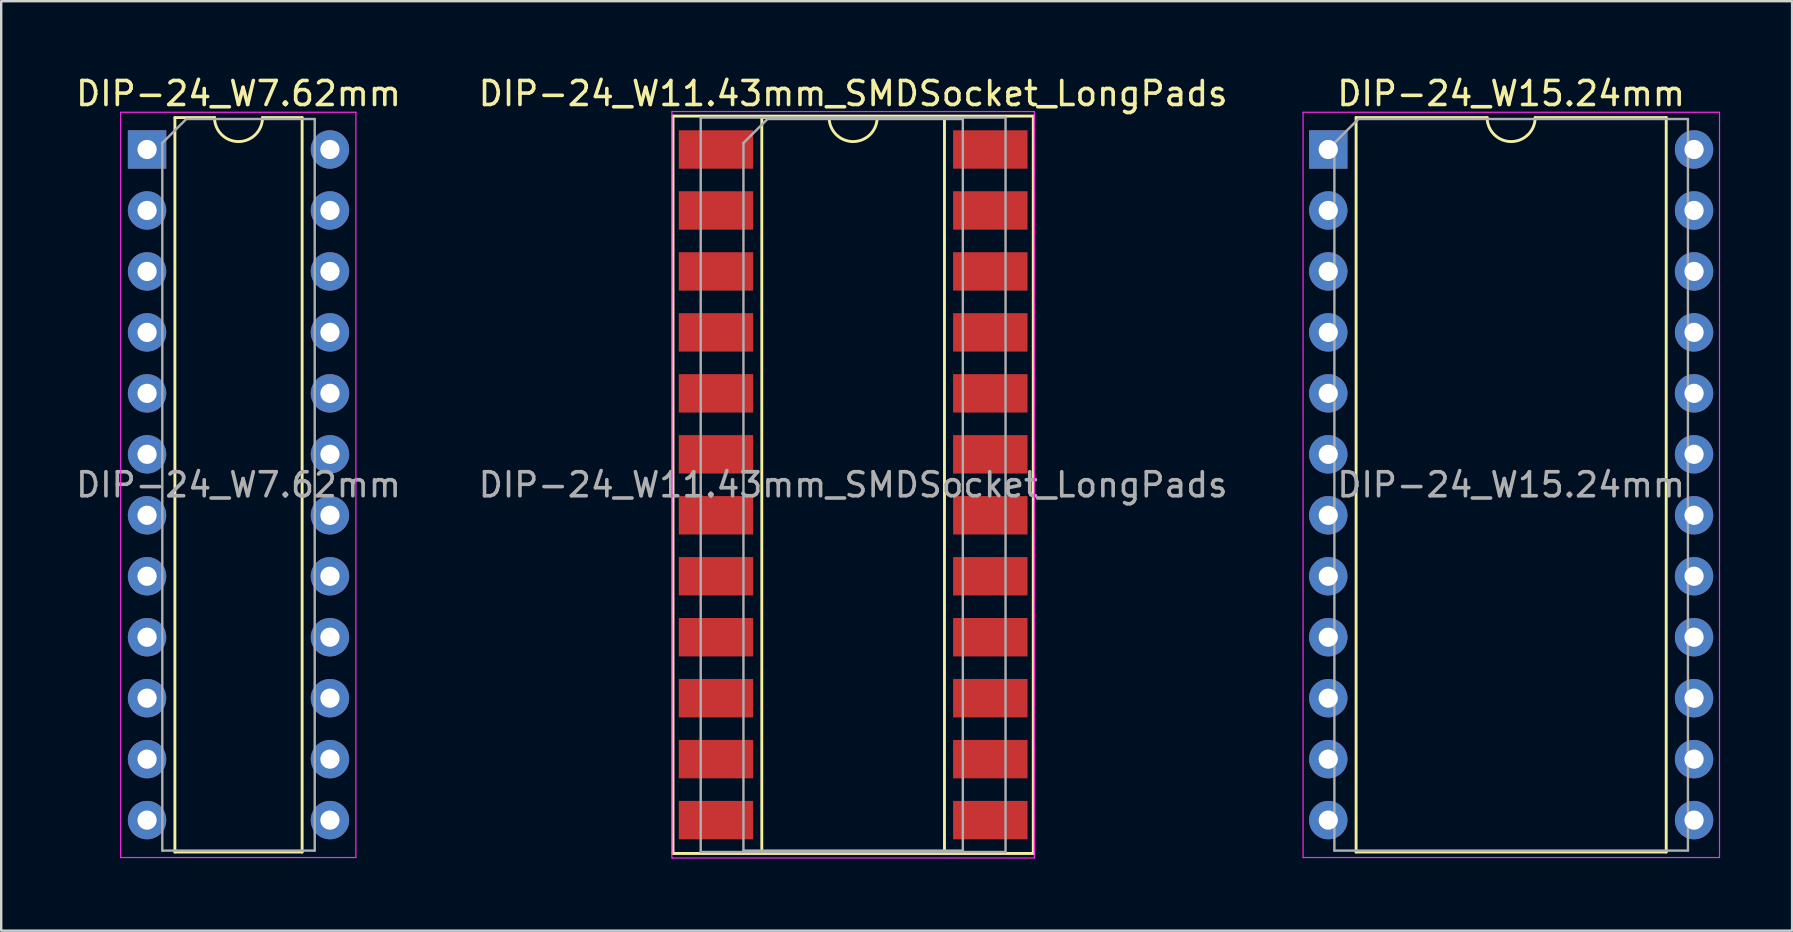
<source format=kicad_pcb>
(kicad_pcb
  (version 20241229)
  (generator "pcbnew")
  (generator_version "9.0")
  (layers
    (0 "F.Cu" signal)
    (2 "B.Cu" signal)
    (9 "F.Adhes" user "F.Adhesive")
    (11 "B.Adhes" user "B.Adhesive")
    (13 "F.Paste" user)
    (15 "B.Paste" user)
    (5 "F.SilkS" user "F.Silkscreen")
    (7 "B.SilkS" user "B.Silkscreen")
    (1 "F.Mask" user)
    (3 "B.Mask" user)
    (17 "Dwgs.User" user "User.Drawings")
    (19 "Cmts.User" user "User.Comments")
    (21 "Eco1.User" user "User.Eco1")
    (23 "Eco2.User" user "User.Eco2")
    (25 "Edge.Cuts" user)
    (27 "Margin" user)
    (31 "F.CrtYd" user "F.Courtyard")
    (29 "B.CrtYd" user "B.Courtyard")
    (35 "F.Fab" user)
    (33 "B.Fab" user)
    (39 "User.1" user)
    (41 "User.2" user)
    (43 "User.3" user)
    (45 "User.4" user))
  (footprint "DIP-24_W11.43mm_SMDSocket_LongPads"
    (layer "F.Cu")
    (at 32.494 17.148)
    (property "Reference" "DIP-24_W11.43mm_SMDSocket_LongPads" (at 0 -16.3 0) (layer "F.SilkS") (effects (font (size 1 1) (thickness 0.15))))
    (attr smd)
    (fp_line (start -7.505 -15.36) (end -7.505 15.36) (stroke (width 0.12) (type solid)) (layer "F.SilkS"))
    (fp_line (start -7.505 15.36) (end 7.505 15.36) (stroke (width 0.12) (type solid)) (layer "F.SilkS"))
    (fp_line (start -3.805 -15.3) (end -3.805 15.3) (stroke (width 0.12) (type solid)) (layer "F.SilkS"))
    (fp_line (start -3.805 15.3) (end 3.805 15.3) (stroke (width 0.12) (type solid)) (layer "F.SilkS"))
    (fp_line (start -1 -15.3) (end -3.805 -15.3) (stroke (width 0.12) (type solid)) (layer "F.SilkS"))
    (fp_line (start 3.805 -15.3) (end 1 -15.3) (stroke (width 0.12) (type solid)) (layer "F.SilkS"))
    (fp_line (start 3.805 15.3) (end 3.805 -15.3) (stroke (width 0.12) (type solid)) (layer "F.SilkS"))
    (fp_line (start 7.505 -15.36) (end -7.505 -15.36) (stroke (width 0.12) (type solid)) (layer "F.SilkS"))
    (fp_line (start 7.505 15.36) (end 7.505 -15.36) (stroke (width 0.12) (type solid)) (layer "F.SilkS"))
    (fp_arc (start 1 -15.3) (mid 0 -14.3) (end -1 -15.3) (stroke (width 0.12) (type solid)) (layer "F.SilkS"))
    (fp_line (start -7.55 -15.55) (end -7.55 15.55) (stroke (width 0.05) (type solid)) (layer "F.CrtYd"))
    (fp_line (start -7.55 15.55) (end 7.55 15.55) (stroke (width 0.05) (type solid)) (layer "F.CrtYd"))
    (fp_line (start 7.55 -15.55) (end -7.55 -15.55) (stroke (width 0.05) (type solid)) (layer "F.CrtYd"))
    (fp_line (start 7.55 15.55) (end 7.55 -15.55) (stroke (width 0.05) (type solid)) (layer "F.CrtYd"))
    (fp_line (start -6.35 -15.3) (end -6.35 15.3) (stroke (width 0.1) (type solid)) (layer "F.Fab"))
    (fp_line (start -6.35 15.3) (end 6.35 15.3) (stroke (width 0.1) (type solid)) (layer "F.Fab"))
    (fp_line (start -4.57 -14.24) (end -3.57 -15.24) (stroke (width 0.1) (type solid)) (layer "F.Fab"))
    (fp_line (start -4.57 15.24) (end -4.57 -14.24) (stroke (width 0.1) (type solid)) (layer "F.Fab"))
    (fp_line (start -3.57 -15.24) (end 4.57 -15.24) (stroke (width 0.1) (type solid)) (layer "F.Fab"))
    (fp_line (start 4.57 -15.24) (end 4.57 15.24) (stroke (width 0.1) (type solid)) (layer "F.Fab"))
    (fp_line (start 4.57 15.24) (end -4.57 15.24) (stroke (width 0.1) (type solid)) (layer "F.Fab"))
    (fp_line (start 6.35 -15.3) (end -6.35 -15.3) (stroke (width 0.1) (type solid)) (layer "F.Fab"))
    (fp_line (start 6.35 15.3) (end 6.35 -15.3) (stroke (width 0.1) (type solid)) (layer "F.Fab"))
    (fp_text user "${REFERENCE}" (at 0 0 0) (layer "F.Fab") (effects (font (size 1 1) (thickness 0.15))))
    (pad "1" smd rect (at -5.715 -13.97) (size 3.1 1.6) (layers "F.Cu" "F.Mask" "F.Paste"))
    (pad "2" smd rect (at -5.715 -11.43) (size 3.1 1.6) (layers "F.Cu" "F.Mask" "F.Paste"))
    (pad "3" smd rect (at -5.715 -8.89) (size 3.1 1.6) (layers "F.Cu" "F.Mask" "F.Paste"))
    (pad "4" smd rect (at -5.715 -6.35) (size 3.1 1.6) (layers "F.Cu" "F.Mask" "F.Paste"))
    (pad "5" smd rect (at -5.715 -3.81) (size 3.1 1.6) (layers "F.Cu" "F.Mask" "F.Paste"))
    (pad "6" smd rect (at -5.715 -1.27) (size 3.1 1.6) (layers "F.Cu" "F.Mask" "F.Paste"))
    (pad "7" smd rect (at -5.715 1.27) (size 3.1 1.6) (layers "F.Cu" "F.Mask" "F.Paste"))
    (pad "8" smd rect (at -5.715 3.81) (size 3.1 1.6) (layers "F.Cu" "F.Mask" "F.Paste"))
    (pad "9" smd rect (at -5.715 6.35) (size 3.1 1.6) (layers "F.Cu" "F.Mask" "F.Paste"))
    (pad "10" smd rect (at -5.715 8.89) (size 3.1 1.6) (layers "F.Cu" "F.Mask" "F.Paste"))
    (pad "11" smd rect (at -5.715 11.43) (size 3.1 1.6) (layers "F.Cu" "F.Mask" "F.Paste"))
    (pad "12" smd rect (at -5.715 13.97) (size 3.1 1.6) (layers "F.Cu" "F.Mask" "F.Paste"))
    (pad "13" smd rect (at 5.715 13.97) (size 3.1 1.6) (layers "F.Cu" "F.Mask" "F.Paste"))
    (pad "14" smd rect (at 5.715 11.43) (size 3.1 1.6) (layers "F.Cu" "F.Mask" "F.Paste"))
    (pad "15" smd rect (at 5.715 8.89) (size 3.1 1.6) (layers "F.Cu" "F.Mask" "F.Paste"))
    (pad "16" smd rect (at 5.715 6.35) (size 3.1 1.6) (layers "F.Cu" "F.Mask" "F.Paste"))
    (pad "17" smd rect (at 5.715 3.81) (size 3.1 1.6) (layers "F.Cu" "F.Mask" "F.Paste"))
    (pad "18" smd rect (at 5.715 1.27) (size 3.1 1.6) (layers "F.Cu" "F.Mask" "F.Paste"))
    (pad "19" smd rect (at 5.715 -1.27) (size 3.1 1.6) (layers "F.Cu" "F.Mask" "F.Paste"))
    (pad "20" smd rect (at 5.715 -3.81) (size 3.1 1.6) (layers "F.Cu" "F.Mask" "F.Paste"))
    (pad "21" smd rect (at 5.715 -6.35) (size 3.1 1.6) (layers "F.Cu" "F.Mask" "F.Paste"))
    (pad "22" smd rect (at 5.715 -8.89) (size 3.1 1.6) (layers "F.Cu" "F.Mask" "F.Paste"))
    (pad "23" smd rect (at 5.715 -11.43) (size 3.1 1.6) (layers "F.Cu" "F.Mask" "F.Paste"))
    (pad "24" smd rect (at 5.715 -13.97) (size 3.1 1.6) (layers "F.Cu" "F.Mask" "F.Paste")))
  (footprint "DIP-24_W15.24mm"
    (layer "F.Cu")
    (at 52.289 3.178)
    (property "Reference" "DIP-24_W15.24mm" (at 7.62 -2.33 0) (layer "F.SilkS") (effects (font (size 1 1) (thickness 0.15))))
    (attr through_hole)
    (fp_line (start 1.16 -1.33) (end 1.16 29.27) (stroke (width 0.12) (type solid)) (layer "F.SilkS"))
    (fp_line (start 1.16 29.27) (end 14.08 29.27) (stroke (width 0.12) (type solid)) (layer "F.SilkS"))
    (fp_line (start 6.62 -1.33) (end 1.16 -1.33) (stroke (width 0.12) (type solid)) (layer "F.SilkS"))
    (fp_line (start 14.08 -1.33) (end 8.62 -1.33) (stroke (width 0.12) (type solid)) (layer "F.SilkS"))
    (fp_line (start 14.08 29.27) (end 14.08 -1.33) (stroke (width 0.12) (type solid)) (layer "F.SilkS"))
    (fp_arc (start 8.62 -1.33) (mid 7.62 -0.33) (end 6.62 -1.33) (stroke (width 0.12) (type solid)) (layer "F.SilkS"))
    (fp_line (start -1.05 -1.55) (end -1.05 29.5) (stroke (width 0.05) (type solid)) (layer "F.CrtYd"))
    (fp_line (start -1.05 29.5) (end 16.3 29.5) (stroke (width 0.05) (type solid)) (layer "F.CrtYd"))
    (fp_line (start 16.3 -1.55) (end -1.05 -1.55) (stroke (width 0.05) (type solid)) (layer "F.CrtYd"))
    (fp_line (start 16.3 29.5) (end 16.3 -1.55) (stroke (width 0.05) (type solid)) (layer "F.CrtYd"))
    (fp_line (start 0.255 -0.27) (end 1.255 -1.27) (stroke (width 0.1) (type solid)) (layer "F.Fab"))
    (fp_line (start 0.255 29.21) (end 0.255 -0.27) (stroke (width 0.1) (type solid)) (layer "F.Fab"))
    (fp_line (start 1.255 -1.27) (end 14.985 -1.27) (stroke (width 0.1) (type solid)) (layer "F.Fab"))
    (fp_line (start 14.985 -1.27) (end 14.985 29.21) (stroke (width 0.1) (type solid)) (layer "F.Fab"))
    (fp_line (start 14.985 29.21) (end 0.255 29.21) (stroke (width 0.1) (type solid)) (layer "F.Fab"))
    (fp_text user "${REFERENCE}" (at 7.62 13.97 0) (layer "F.Fab") (effects (font (size 1 1) (thickness 0.15))))
    (pad "1" thru_hole rect (at 0 0) (size 1.6 1.6) (drill 0.8) (layers "*.Cu" "*.Mask"))
    (pad "2" thru_hole oval (at 0 2.54) (size 1.6 1.6) (drill 0.8) (layers "*.Cu" "*.Mask"))
    (pad "3" thru_hole oval (at 0 5.08) (size 1.6 1.6) (drill 0.8) (layers "*.Cu" "*.Mask"))
    (pad "4" thru_hole oval (at 0 7.62) (size 1.6 1.6) (drill 0.8) (layers "*.Cu" "*.Mask"))
    (pad "5" thru_hole oval (at 0 10.16) (size 1.6 1.6) (drill 0.8) (layers "*.Cu" "*.Mask"))
    (pad "6" thru_hole oval (at 0 12.7) (size 1.6 1.6) (drill 0.8) (layers "*.Cu" "*.Mask"))
    (pad "7" thru_hole oval (at 0 15.24) (size 1.6 1.6) (drill 0.8) (layers "*.Cu" "*.Mask"))
    (pad "8" thru_hole oval (at 0 17.78) (size 1.6 1.6) (drill 0.8) (layers "*.Cu" "*.Mask"))
    (pad "9" thru_hole oval (at 0 20.32) (size 1.6 1.6) (drill 0.8) (layers "*.Cu" "*.Mask"))
    (pad "10" thru_hole oval (at 0 22.86) (size 1.6 1.6) (drill 0.8) (layers "*.Cu" "*.Mask"))
    (pad "11" thru_hole oval (at 0 25.4) (size 1.6 1.6) (drill 0.8) (layers "*.Cu" "*.Mask"))
    (pad "12" thru_hole oval (at 0 27.94) (size 1.6 1.6) (drill 0.8) (layers "*.Cu" "*.Mask"))
    (pad "13" thru_hole oval (at 15.24 27.94) (size 1.6 1.6) (drill 0.8) (layers "*.Cu" "*.Mask"))
    (pad "14" thru_hole oval (at 15.24 25.4) (size 1.6 1.6) (drill 0.8) (layers "*.Cu" "*.Mask"))
    (pad "15" thru_hole oval (at 15.24 22.86) (size 1.6 1.6) (drill 0.8) (layers "*.Cu" "*.Mask"))
    (pad "16" thru_hole oval (at 15.24 20.32) (size 1.6 1.6) (drill 0.8) (layers "*.Cu" "*.Mask"))
    (pad "17" thru_hole oval (at 15.24 17.78) (size 1.6 1.6) (drill 0.8) (layers "*.Cu" "*.Mask"))
    (pad "18" thru_hole oval (at 15.24 15.24) (size 1.6 1.6) (drill 0.8) (layers "*.Cu" "*.Mask"))
    (pad "19" thru_hole oval (at 15.24 12.7) (size 1.6 1.6) (drill 0.8) (layers "*.Cu" "*.Mask"))
    (pad "20" thru_hole oval (at 15.24 10.16) (size 1.6 1.6) (drill 0.8) (layers "*.Cu" "*.Mask"))
    (pad "21" thru_hole oval (at 15.24 7.62) (size 1.6 1.6) (drill 0.8) (layers "*.Cu" "*.Mask"))
    (pad "22" thru_hole oval (at 15.24 5.08) (size 1.6 1.6) (drill 0.8) (layers "*.Cu" "*.Mask"))
    (pad "23" thru_hole oval (at 15.24 2.54) (size 1.6 1.6) (drill 0.8) (layers "*.Cu" "*.Mask"))
    (pad "24" thru_hole oval (at 15.24 0) (size 1.6 1.6) (drill 0.8) (layers "*.Cu" "*.Mask")))
  (footprint "DIP-24_W7.62mm"
    (layer "F.Cu")
    (at 3.077 3.178)
    (property "Reference" "DIP-24_W7.62mm" (at 3.81 -2.33 0) (layer "F.SilkS") (effects (font (size 1 1) (thickness 0.15))))
    (attr through_hole)
    (fp_line (start 1.16 -1.33) (end 1.16 29.27) (stroke (width 0.12) (type solid)) (layer "F.SilkS"))
    (fp_line (start 1.16 29.27) (end 6.46 29.27) (stroke (width 0.12) (type solid)) (layer "F.SilkS"))
    (fp_line (start 2.81 -1.33) (end 1.16 -1.33) (stroke (width 0.12) (type solid)) (layer "F.SilkS"))
    (fp_line (start 6.46 -1.33) (end 4.81 -1.33) (stroke (width 0.12) (type solid)) (layer "F.SilkS"))
    (fp_line (start 6.46 29.27) (end 6.46 -1.33) (stroke (width 0.12) (type solid)) (layer "F.SilkS"))
    (fp_arc (start 4.81 -1.33) (mid 3.81 -0.33) (end 2.81 -1.33) (stroke (width 0.12) (type solid)) (layer "F.SilkS"))
    (fp_line (start -1.1 -1.55) (end -1.1 29.5) (stroke (width 0.05) (type solid)) (layer "F.CrtYd"))
    (fp_line (start -1.1 29.5) (end 8.7 29.5) (stroke (width 0.05) (type solid)) (layer "F.CrtYd"))
    (fp_line (start 8.7 -1.55) (end -1.1 -1.55) (stroke (width 0.05) (type solid)) (layer "F.CrtYd"))
    (fp_line (start 8.7 29.5) (end 8.7 -1.55) (stroke (width 0.05) (type solid)) (layer "F.CrtYd"))
    (fp_line (start 0.635 -0.27) (end 1.635 -1.27) (stroke (width 0.1) (type solid)) (layer "F.Fab"))
    (fp_line (start 0.635 29.21) (end 0.635 -0.27) (stroke (width 0.1) (type solid)) (layer "F.Fab"))
    (fp_line (start 1.635 -1.27) (end 6.985 -1.27) (stroke (width 0.1) (type solid)) (layer "F.Fab"))
    (fp_line (start 6.985 -1.27) (end 6.985 29.21) (stroke (width 0.1) (type solid)) (layer "F.Fab"))
    (fp_line (start 6.985 29.21) (end 0.635 29.21) (stroke (width 0.1) (type solid)) (layer "F.Fab"))
    (fp_text user "${REFERENCE}" (at 3.81 13.97 0) (layer "F.Fab") (effects (font (size 1 1) (thickness 0.15))))
    (pad "1" thru_hole rect (at 0 0) (size 1.6 1.6) (drill 0.8) (layers "*.Cu" "*.Mask"))
    (pad "2" thru_hole oval (at 0 2.54) (size 1.6 1.6) (drill 0.8) (layers "*.Cu" "*.Mask"))
    (pad "3" thru_hole oval (at 0 5.08) (size 1.6 1.6) (drill 0.8) (layers "*.Cu" "*.Mask"))
    (pad "4" thru_hole oval (at 0 7.62) (size 1.6 1.6) (drill 0.8) (layers "*.Cu" "*.Mask"))
    (pad "5" thru_hole oval (at 0 10.16) (size 1.6 1.6) (drill 0.8) (layers "*.Cu" "*.Mask"))
    (pad "6" thru_hole oval (at 0 12.7) (size 1.6 1.6) (drill 0.8) (layers "*.Cu" "*.Mask"))
    (pad "7" thru_hole oval (at 0 15.24) (size 1.6 1.6) (drill 0.8) (layers "*.Cu" "*.Mask"))
    (pad "8" thru_hole oval (at 0 17.78) (size 1.6 1.6) (drill 0.8) (layers "*.Cu" "*.Mask"))
    (pad "9" thru_hole oval (at 0 20.32) (size 1.6 1.6) (drill 0.8) (layers "*.Cu" "*.Mask"))
    (pad "10" thru_hole oval (at 0 22.86) (size 1.6 1.6) (drill 0.8) (layers "*.Cu" "*.Mask"))
    (pad "11" thru_hole oval (at 0 25.4) (size 1.6 1.6) (drill 0.8) (layers "*.Cu" "*.Mask"))
    (pad "12" thru_hole oval (at 0 27.94) (size 1.6 1.6) (drill 0.8) (layers "*.Cu" "*.Mask"))
    (pad "13" thru_hole oval (at 7.62 27.94) (size 1.6 1.6) (drill 0.8) (layers "*.Cu" "*.Mask"))
    (pad "14" thru_hole oval (at 7.62 25.4) (size 1.6 1.6) (drill 0.8) (layers "*.Cu" "*.Mask"))
    (pad "15" thru_hole oval (at 7.62 22.86) (size 1.6 1.6) (drill 0.8) (layers "*.Cu" "*.Mask"))
    (pad "16" thru_hole oval (at 7.62 20.32) (size 1.6 1.6) (drill 0.8) (layers "*.Cu" "*.Mask"))
    (pad "17" thru_hole oval (at 7.62 17.78) (size 1.6 1.6) (drill 0.8) (layers "*.Cu" "*.Mask"))
    (pad "18" thru_hole oval (at 7.62 15.24) (size 1.6 1.6) (drill 0.8) (layers "*.Cu" "*.Mask"))
    (pad "19" thru_hole oval (at 7.62 12.7) (size 1.6 1.6) (drill 0.8) (layers "*.Cu" "*.Mask"))
    (pad "20" thru_hole oval (at 7.62 10.16) (size 1.6 1.6) (drill 0.8) (layers "*.Cu" "*.Mask"))
    (pad "21" thru_hole oval (at 7.62 7.62) (size 1.6 1.6) (drill 0.8) (layers "*.Cu" "*.Mask"))
    (pad "22" thru_hole oval (at 7.62 5.08) (size 1.6 1.6) (drill 0.8) (layers "*.Cu" "*.Mask"))
    (pad "23" thru_hole oval (at 7.62 2.54) (size 1.6 1.6) (drill 0.8) (layers "*.Cu" "*.Mask"))
    (pad "24" thru_hole oval (at 7.62 0) (size 1.6 1.6) (drill 0.8) (layers "*.Cu" "*.Mask")))
  (gr_rect
    (start -3 -3)
    (end 71.614 35.723)
    (stroke (width 0.1) (type default))
    (fill no)
    (layer "Edge.Cuts")))
</source>
